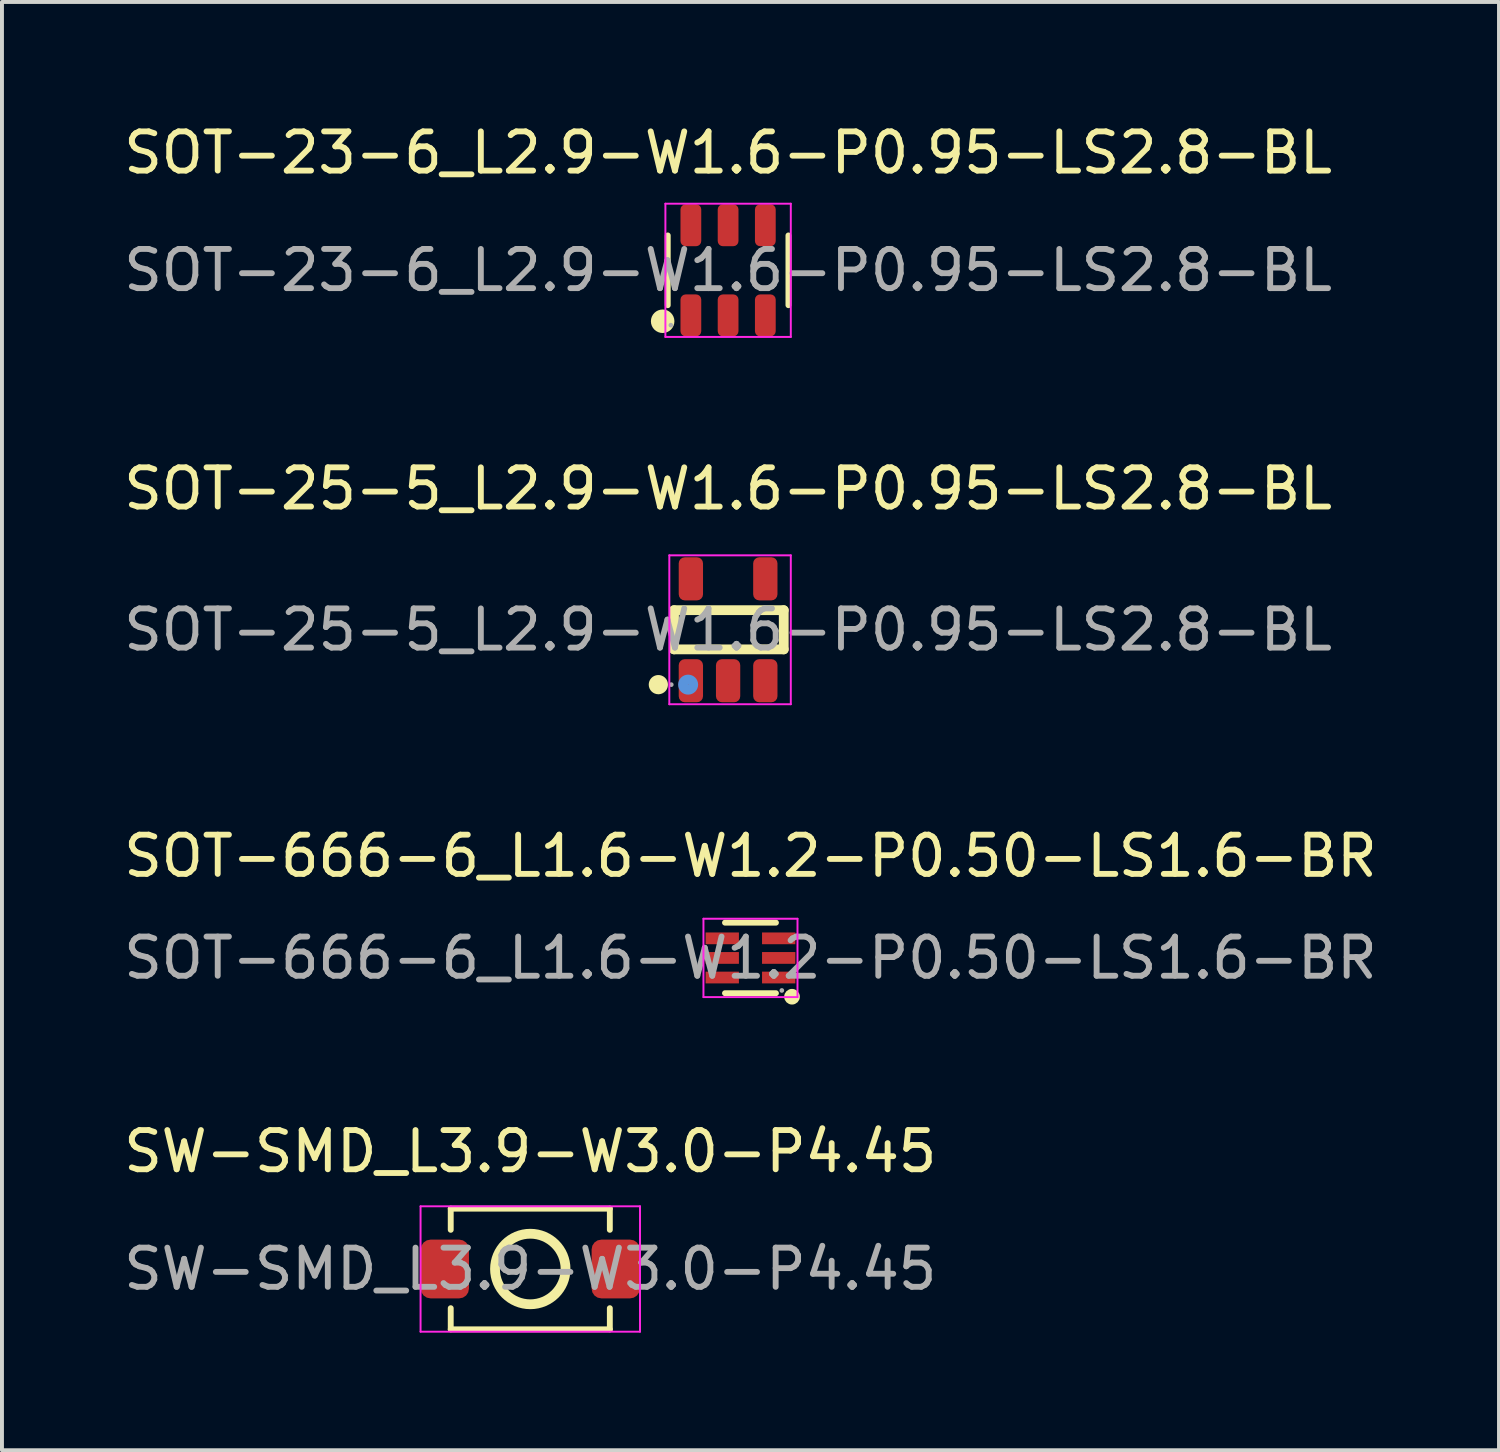
<source format=kicad_pcb>
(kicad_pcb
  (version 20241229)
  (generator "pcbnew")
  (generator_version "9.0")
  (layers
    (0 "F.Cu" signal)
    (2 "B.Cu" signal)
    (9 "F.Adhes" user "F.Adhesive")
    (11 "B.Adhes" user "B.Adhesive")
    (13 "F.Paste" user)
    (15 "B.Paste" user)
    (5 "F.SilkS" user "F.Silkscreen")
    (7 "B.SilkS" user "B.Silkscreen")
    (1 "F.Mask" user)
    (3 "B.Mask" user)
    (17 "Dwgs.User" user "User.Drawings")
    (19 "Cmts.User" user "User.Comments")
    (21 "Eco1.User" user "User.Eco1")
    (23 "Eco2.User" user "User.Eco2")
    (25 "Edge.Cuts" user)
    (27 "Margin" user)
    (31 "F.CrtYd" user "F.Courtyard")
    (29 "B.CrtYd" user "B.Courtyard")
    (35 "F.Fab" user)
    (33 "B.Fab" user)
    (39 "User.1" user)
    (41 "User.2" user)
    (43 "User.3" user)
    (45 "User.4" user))
  (footprint "SOT-666-6_L1.6-W1.2-P0.50-LS1.6-BR"
    (layer "F.Cu")
    (at 16.101 21.395)
    (property "Reference" "SOT-666-6_L1.6-W1.2-P0.50-LS1.6-BR" (at 0 -2.6 0) (layer "F.SilkS") (effects (font (size 1 1) (thickness 0.15))))
    (attr smd)
    (fp_line (start 0.65 -0.9) (end -0.65 -0.9) (stroke (width 0.15) (type solid)) (layer "F.SilkS"))
    (fp_line (start 0.65 0.9) (end -0.65 0.9) (stroke (width 0.15) (type solid)) (layer "F.SilkS"))
    (fp_arc (start 1.06 0.99) (mid 1.06 0.99) (end 1.06 0.99) (stroke (width 0.2) (type solid)) (layer "F.SilkS"))
    (fp_line (start -1.2 -1) (end -1.2 1) (stroke (width 0.05) (type default)) (layer "F.CrtYd"))
    (fp_line (start -1.2 1) (end 1.2 1) (stroke (width 0.05) (type default)) (layer "F.CrtYd"))
    (fp_line (start 1.2 -1) (end -1.2 -1) (stroke (width 0.05) (type default)) (layer "F.CrtYd"))
    (fp_line (start 1.2 1) (end 1.2 -1) (stroke (width 0.05) (type default)) (layer "F.CrtYd"))
    (fp_circle (center 0.8 0.83) (end 0.83 0.83) (stroke (width 0.06) (type solid)) (fill no) (layer "F.Fab"))
    (fp_text user "${REFERENCE}" (at 0 0 0) (layer "F.Fab") (effects (font (size 1 1) (thickness 0.15))))
    (pad "1" smd rect (at -0.72 0.5 90) (size 0.3 0.85) (layers "F.Cu" "F.Mask" "F.Paste"))
    (pad "1" smd rect (at 0.72 0.5 90) (size 0.3 0.85) (layers "F.Cu" "F.Mask" "F.Paste"))
    (pad "2" smd rect (at -0.72 -0.5 90) (size 0.3 0.85) (layers "F.Cu" "F.Mask" "F.Paste"))
    (pad "2" smd rect (at 0.72 -0.5 90) (size 0.3 0.85) (layers "F.Cu" "F.Mask" "F.Paste"))
    (pad "3" smd rect (at 0.72 0 90) (size 0.3 0.85) (layers "F.Cu" "F.Mask" "F.Paste"))
    (pad "4" smd rect (at -0.72 0 90) (size 0.3 0.85) (layers "F.Cu" "F.Mask" "F.Paste")))
  (footprint "SOT-23-6_L2.9-W1.6-P0.95-LS2.8-BL"
    (layer "F.Cu")
    (at 15.53 3.848)
    (property "Reference" "SOT-23-6_L2.9-W1.6-P0.95-LS2.8-BL" (at 0 -3 0) (layer "F.SilkS") (effects (font (size 1 1) (thickness 0.15))))
    (attr smd)
    (fp_line (start -1.54 0.89) (end -1.54 -0.89) (stroke (width 0.15) (type solid)) (layer "F.SilkS"))
    (fp_line (start 1.54 0.89) (end 1.54 -0.89) (stroke (width 0.15) (type solid)) (layer "F.SilkS"))
    (fp_circle (center -1.67 1.3) (end -1.52 1.3) (stroke (width 0.3) (type solid)) (fill no) (layer "F.SilkS"))
    (fp_line (start -1.6 -1.7) (end -1.6 1.7) (stroke (width 0.05) (type default)) (layer "F.CrtYd"))
    (fp_line (start -1.6 -1.7) (end 1.6 -1.7) (stroke (width 0.05) (type default)) (layer "F.CrtYd"))
    (fp_line (start -1.6 1.7) (end 1.6 1.7) (stroke (width 0.05) (type default)) (layer "F.CrtYd"))
    (fp_line (start 1.6 1.7) (end 1.6 -1.7) (stroke (width 0.05) (type default)) (layer "F.CrtYd"))
    (fp_circle (center -1.46 1.4) (end -1.43 1.4) (stroke (width 0.06) (type solid)) (fill no) (layer "F.Fab"))
    (fp_text user "${REFERENCE}" (at 0 0 0) (layer "F.Fab") (effects (font (size 1 1) (thickness 0.15))))
    (pad "1" smd roundrect (at -0.95 1.15) (size 0.53 1.07) (layers "F.Cu" "F.Mask" "F.Paste") (roundrect_rratio 0.25))
    (pad "2" smd roundrect (at 0 1.15) (size 0.53 1.07) (layers "F.Cu" "F.Mask" "F.Paste") (roundrect_rratio 0.25))
    (pad "3" smd roundrect (at 0.95 1.15) (size 0.53 1.07) (layers "F.Cu" "F.Mask" "F.Paste") (roundrect_rratio 0.25))
    (pad "4" smd roundrect (at 0.95 -1.15) (size 0.53 1.07) (layers "F.Cu" "F.Mask" "F.Paste") (roundrect_rratio 0.25))
    (pad "5" smd roundrect (at 0 -1.15) (size 0.53 1.07) (layers "F.Cu" "F.Mask" "F.Paste") (roundrect_rratio 0.25))
    (pad "6" smd roundrect (at -0.95 -1.15) (size 0.53 1.07) (layers "F.Cu" "F.Mask" "F.Paste") (roundrect_rratio 0.25)))
  (footprint "SOT-25-5_L2.9-W1.6-P0.95-LS2.8-BL"
    (layer "F.Cu")
    (at 15.53 13.021)
    (property "Reference" "SOT-25-5_L2.9-W1.6-P0.95-LS2.8-BL" (at 0 -3.6 0) (layer "F.SilkS") (effects (font (size 1 1) (thickness 0.15))))
    (attr smd)
    (fp_line (start -1.38 -0.5) (end 1.42 -0.5) (stroke (width 0.25) (type solid)) (layer "F.SilkS"))
    (fp_line (start -1.38 0.5) (end -1.38 -0.5) (stroke (width 0.25) (type solid)) (layer "F.SilkS"))
    (fp_line (start 1.42 -0.5) (end 1.42 0.5) (stroke (width 0.25) (type solid)) (layer "F.SilkS"))
    (fp_line (start 1.42 0.5) (end -1.38 0.5) (stroke (width 0.25) (type solid)) (layer "F.SilkS"))
    (fp_arc (start -1.780034 1.520416) (mid -1.784987 1.279687) (end -1.77 1.52) (stroke (width 0.25) (type solid)) (layer "F.SilkS"))
    (fp_circle (center -1.02 1.4) (end -0.89 1.4) (stroke (width 0.25) (type solid)) (fill no) (layer "Cmts.User"))
    (fp_line (start -1.5 -1.9) (end -1.5 1.9) (stroke (width 0.05) (type default)) (layer "F.CrtYd"))
    (fp_line (start -1.5 1.9) (end 1.6 1.9) (stroke (width 0.05) (type default)) (layer "F.CrtYd"))
    (fp_line (start 1.6 -1.9) (end -1.5 -1.9) (stroke (width 0.05) (type default)) (layer "F.CrtYd"))
    (fp_line (start 1.6 1.9) (end 1.6 -1.9) (stroke (width 0.05) (type default)) (layer "F.CrtYd"))
    (fp_circle (center -1.45 1.4) (end -1.42 1.4) (stroke (width 0.06) (type solid)) (fill no) (layer "F.Fab"))
    (fp_text user "${REFERENCE}" (at 0 0 0) (layer "F.Fab") (effects (font (size 1 1) (thickness 0.15))))
    (pad "1" smd roundrect (at -0.95 1.3) (size 0.62 1.1) (layers "F.Cu" "F.Mask" "F.Paste") (roundrect_rratio 0.25))
    (pad "2" smd roundrect (at 0 1.3) (size 0.62 1.1) (layers "F.Cu" "F.Mask" "F.Paste") (roundrect_rratio 0.25))
    (pad "3" smd roundrect (at 0.95 1.3) (size 0.62 1.1) (layers "F.Cu" "F.Mask" "F.Paste") (roundrect_rratio 0.25))
    (pad "4" smd roundrect (at 0.95 -1.3) (size 0.62 1.1) (layers "F.Cu" "F.Mask" "F.Paste") (roundrect_rratio 0.25))
    (pad "5" smd roundrect (at -0.95 -1.3) (size 0.62 1.1) (layers "F.Cu" "F.Mask" "F.Paste") (roundrect_rratio 0.25)))
  (footprint "SW-SMD_L3.9-W3.0-P4.45"
    (layer "F.Cu")
    (at 10.482 29.333)
    (property "Reference" "SW-SMD_L3.9-W3.0-P4.45" (at 0 -3 0) (layer "F.SilkS") (effects (font (size 1 1) (thickness 0.15))))
    (attr smd)
    (fp_line (start -2.03 -1.54) (end -2.03 -1) (stroke (width 0.15) (type solid)) (layer "F.SilkS"))
    (fp_line (start -2.03 1.54) (end -2.03 1) (stroke (width 0.15) (type solid)) (layer "F.SilkS"))
    (fp_line (start 2.03 -1.54) (end -2.03 -1.54) (stroke (width 0.15) (type solid)) (layer "F.SilkS"))
    (fp_line (start 2.03 -1.54) (end 2.03 -1) (stroke (width 0.15) (type solid)) (layer "F.SilkS"))
    (fp_line (start 2.03 1.54) (end -2.03 1.54) (stroke (width 0.15) (type solid)) (layer "F.SilkS"))
    (fp_line (start 2.03 1.54) (end 2.03 1) (stroke (width 0.15) (type solid)) (layer "F.SilkS"))
    (fp_circle (center 0 0) (end 0.9 0) (stroke (width 0.25) (type solid)) (fill no) (layer "F.SilkS"))
    (fp_line (start -2.8 -1.6) (end -2.8 1.6) (stroke (width 0.05) (type default)) (layer "F.CrtYd"))
    (fp_line (start -2.8 1.6) (end 2.8 1.6) (stroke (width 0.05) (type default)) (layer "F.CrtYd"))
    (fp_line (start 2.8 -1.6) (end -2.8 -1.6) (stroke (width 0.05) (type default)) (layer "F.CrtYd"))
    (fp_line (start 2.8 1.6) (end 2.8 -1.6) (stroke (width 0.05) (type default)) (layer "F.CrtYd"))
    (fp_text user "${REFERENCE}" (at 0 0 0) (layer "F.Fab") (effects (font (size 1 1) (thickness 0.15))))
    (pad "1" smd roundrect (at -2.18 0) (size 1.23 1.5) (layers "F.Cu" "F.Mask" "F.Paste") (roundrect_rratio 0.203))
    (pad "2" smd roundrect (at 2.18 0) (size 1.23 1.5) (layers "F.Cu" "F.Mask" "F.Paste") (roundrect_rratio 0.203)))
  (gr_rect
    (start -3 -3)
    (end 35.202 33.958)
    (stroke (width 0.1) (type default))
    (fill no)
    (layer "Edge.Cuts")))
</source>
